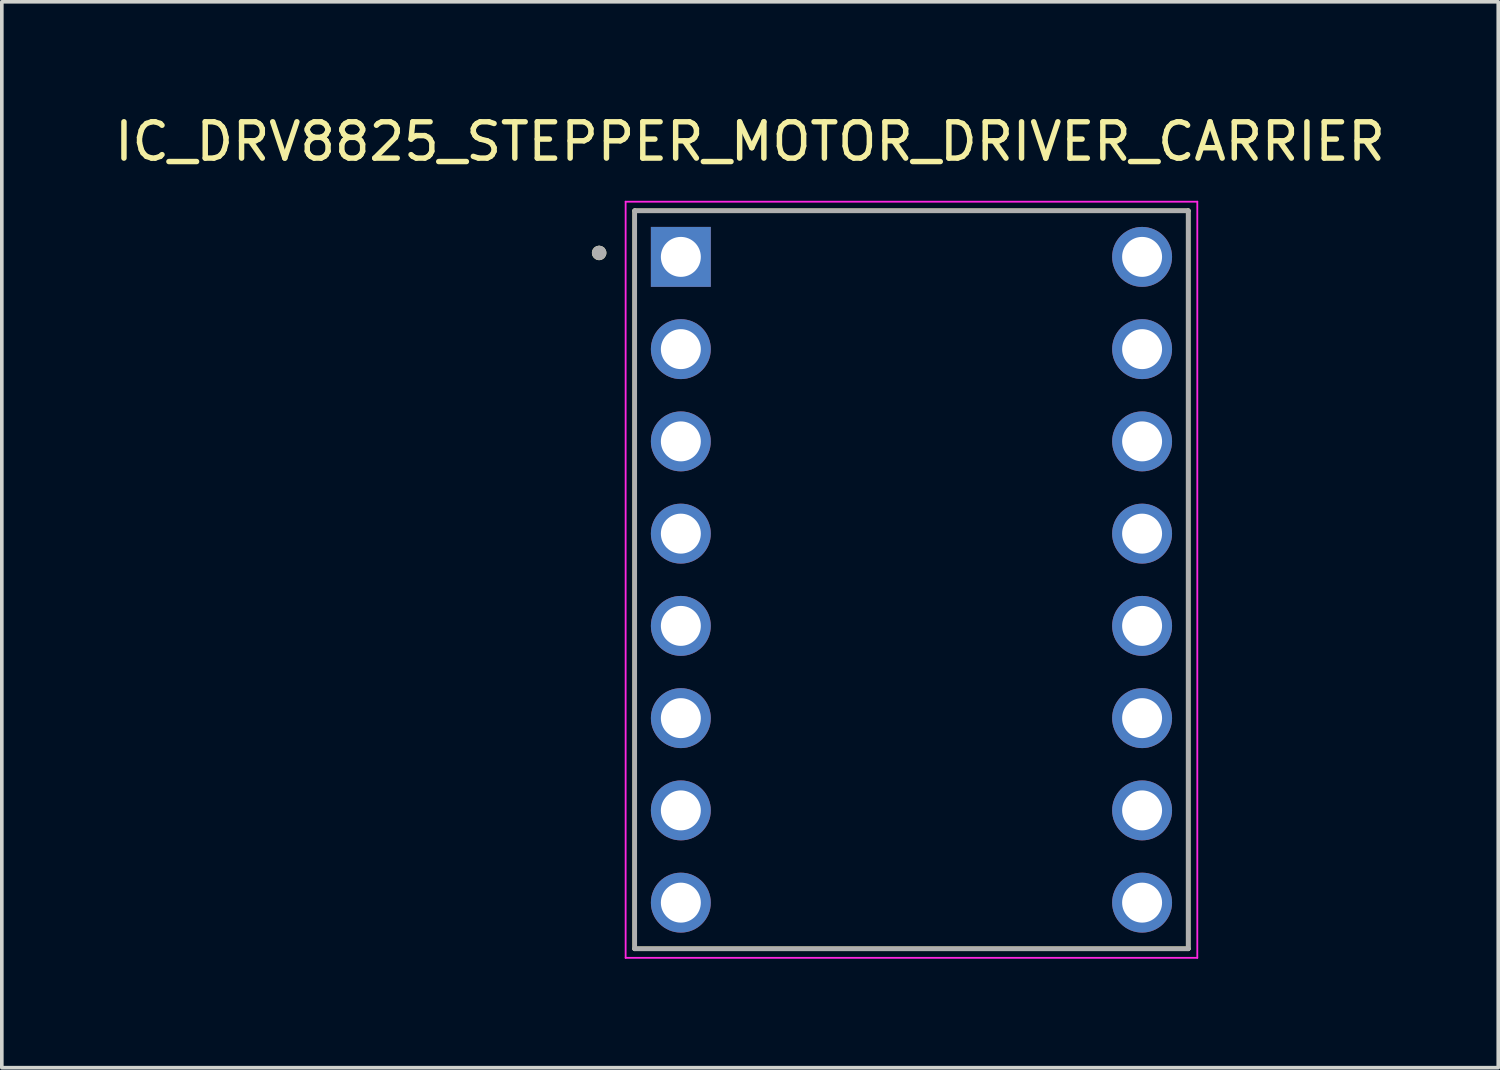
<source format=kicad_pcb>
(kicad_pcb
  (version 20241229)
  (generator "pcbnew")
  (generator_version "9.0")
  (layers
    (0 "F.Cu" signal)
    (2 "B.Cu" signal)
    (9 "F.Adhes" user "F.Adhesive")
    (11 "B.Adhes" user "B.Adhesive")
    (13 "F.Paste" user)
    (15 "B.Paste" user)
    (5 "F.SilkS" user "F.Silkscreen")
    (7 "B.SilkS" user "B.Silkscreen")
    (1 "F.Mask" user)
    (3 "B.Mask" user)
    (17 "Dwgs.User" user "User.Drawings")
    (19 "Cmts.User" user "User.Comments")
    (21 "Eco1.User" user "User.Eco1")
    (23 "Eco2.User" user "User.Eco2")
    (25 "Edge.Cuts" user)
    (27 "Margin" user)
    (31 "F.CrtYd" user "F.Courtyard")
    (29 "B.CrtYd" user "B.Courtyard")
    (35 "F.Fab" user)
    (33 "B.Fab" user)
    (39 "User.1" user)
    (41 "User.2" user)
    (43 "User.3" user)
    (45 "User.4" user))
  (footprint "IC_DRV8825_STEPPER_MOTOR_DRIVER_CARRIER"
    (layer "F.Cu")
    (at 22.046 12.913)
    (property "Reference" "IC_DRV8825_STEPPER_MOTOR_DRIVER_CARRIER" (at -4.445 -12.065 0) (layer "F.SilkS") (effects (font (size 1 1) (thickness 0.15))))
    (attr through_hole)
    (fp_line (start -7.62 -10.16) (end 7.62 -10.16) (stroke (width 0.127) (type solid)) (layer "F.SilkS"))
    (fp_line (start -7.62 10.16) (end -7.62 -10.16) (stroke (width 0.127) (type solid)) (layer "F.SilkS"))
    (fp_line (start 7.62 -10.16) (end 7.62 10.16) (stroke (width 0.127) (type solid)) (layer "F.SilkS"))
    (fp_line (start 7.62 10.16) (end -7.62 10.16) (stroke (width 0.127) (type solid)) (layer "F.SilkS"))
    (fp_circle (center -8.6 -9) (end -8.5 -9) (stroke (width 0.2) (type solid)) (fill no) (layer "F.SilkS"))
    (fp_line (start -7.87 -10.41) (end 7.87 -10.41) (stroke (width 0.05) (type solid)) (layer "F.CrtYd"))
    (fp_line (start -7.87 10.41) (end -7.87 -10.41) (stroke (width 0.05) (type solid)) (layer "F.CrtYd"))
    (fp_line (start 7.87 -10.41) (end 7.87 10.41) (stroke (width 0.05) (type solid)) (layer "F.CrtYd"))
    (fp_line (start 7.87 10.41) (end -7.87 10.41) (stroke (width 0.05) (type solid)) (layer "F.CrtYd"))
    (fp_line (start -7.62 -10.16) (end 7.62 -10.16) (stroke (width 0.127) (type solid)) (layer "F.Fab"))
    (fp_line (start -7.62 10.16) (end -7.62 -10.16) (stroke (width 0.127) (type solid)) (layer "F.Fab"))
    (fp_line (start 7.62 -10.16) (end 7.62 10.16) (stroke (width 0.127) (type solid)) (layer "F.Fab"))
    (fp_line (start 7.62 10.16) (end -7.62 10.16) (stroke (width 0.127) (type solid)) (layer "F.Fab"))
    (fp_circle (center -8.6 -9) (end -8.5 -9) (stroke (width 0.2) (type solid)) (fill no) (layer "F.Fab"))
    (pad "1" thru_hole rect (at -6.35 -8.89) (size 1.65 1.65) (drill 1.1) (layers "*.Cu" "*.Mask"))
    (pad "2" thru_hole circle (at -6.35 -6.35) (size 1.65 1.65) (drill 1.1) (layers "*.Cu" "*.Mask"))
    (pad "3" thru_hole circle (at -6.35 -3.81) (size 1.65 1.65) (drill 1.1) (layers "*.Cu" "*.Mask"))
    (pad "4" thru_hole circle (at -6.35 -1.27) (size 1.65 1.65) (drill 1.1) (layers "*.Cu" "*.Mask"))
    (pad "5" thru_hole circle (at -6.35 1.27) (size 1.65 1.65) (drill 1.1) (layers "*.Cu" "*.Mask"))
    (pad "6" thru_hole circle (at -6.35 3.81) (size 1.65 1.65) (drill 1.1) (layers "*.Cu" "*.Mask"))
    (pad "7" thru_hole circle (at -6.35 6.35) (size 1.65 1.65) (drill 1.1) (layers "*.Cu" "*.Mask"))
    (pad "8" thru_hole circle (at -6.35 8.89) (size 1.65 1.65) (drill 1.1) (layers "*.Cu" "*.Mask"))
    (pad "9" thru_hole circle (at 6.35 8.89) (size 1.65 1.65) (drill 1.1) (layers "*.Cu" "*.Mask"))
    (pad "10" thru_hole circle (at 6.35 6.35) (size 1.65 1.65) (drill 1.1) (layers "*.Cu" "*.Mask"))
    (pad "11" thru_hole circle (at 6.35 3.81) (size 1.65 1.65) (drill 1.1) (layers "*.Cu" "*.Mask"))
    (pad "12" thru_hole circle (at 6.35 1.27) (size 1.65 1.65) (drill 1.1) (layers "*.Cu" "*.Mask"))
    (pad "13" thru_hole circle (at 6.35 -1.27) (size 1.65 1.65) (drill 1.1) (layers "*.Cu" "*.Mask"))
    (pad "14" thru_hole circle (at 6.35 -3.81) (size 1.65 1.65) (drill 1.1) (layers "*.Cu" "*.Mask"))
    (pad "15" thru_hole circle (at 6.35 -6.35) (size 1.65 1.65) (drill 1.1) (layers "*.Cu" "*.Mask"))
    (pad "16" thru_hole circle (at 6.35 -8.89) (size 1.65 1.65) (drill 1.1) (layers "*.Cu" "*.Mask")))
  (gr_rect
    (start -3 -3)
    (end 38.202 26.348)
    (stroke (width 0.1) (type default))
    (fill no)
    (layer "Edge.Cuts")))
</source>
